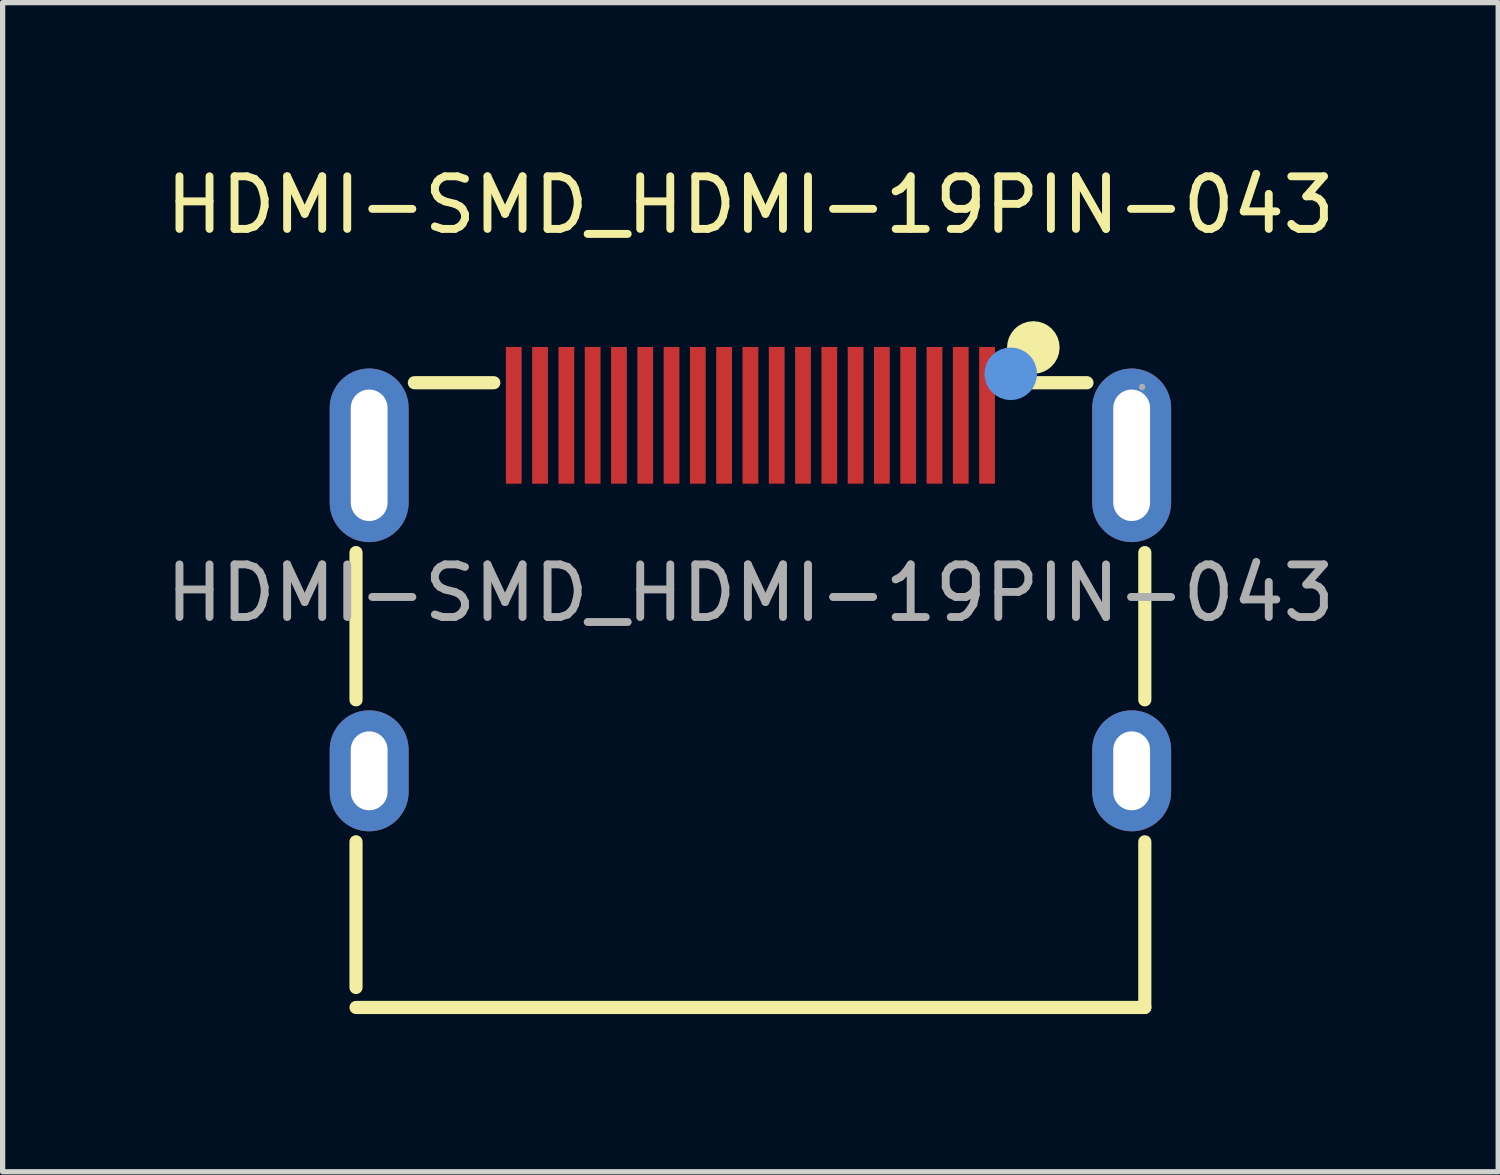
<source format=kicad_pcb>
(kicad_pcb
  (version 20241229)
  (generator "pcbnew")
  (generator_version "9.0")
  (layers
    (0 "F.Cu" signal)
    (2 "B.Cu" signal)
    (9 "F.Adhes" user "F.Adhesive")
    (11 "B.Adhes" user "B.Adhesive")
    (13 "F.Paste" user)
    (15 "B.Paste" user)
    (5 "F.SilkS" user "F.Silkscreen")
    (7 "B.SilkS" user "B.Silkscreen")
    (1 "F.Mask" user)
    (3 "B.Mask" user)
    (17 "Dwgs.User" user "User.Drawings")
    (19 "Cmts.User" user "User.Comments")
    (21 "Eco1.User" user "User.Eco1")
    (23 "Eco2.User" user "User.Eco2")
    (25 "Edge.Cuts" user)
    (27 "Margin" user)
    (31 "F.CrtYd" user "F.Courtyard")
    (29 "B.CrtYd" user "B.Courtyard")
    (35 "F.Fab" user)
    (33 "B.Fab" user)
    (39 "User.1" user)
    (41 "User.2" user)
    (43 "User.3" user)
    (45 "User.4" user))
  (footprint "HDMI-SMD_HDMI-19PIN-043"
    (layer "F.Cu")
    (at 11.22 8.228)
    (property "Reference" "HDMI-SMD_HDMI-19PIN-043" (at 0 -7.38 0) (layer "F.SilkS") (effects (font (size 1 1) (thickness 0.15))))
    (attr smd)
    (fp_line (start -7.5 2.03) (end -7.5 -0.77) (stroke (width 0.25) (type solid)) (layer "F.SilkS"))
    (fp_line (start -7.5 7.5) (end -7.5 4.73) (stroke (width 0.25) (type solid)) (layer "F.SilkS"))
    (fp_line (start -4.88 -4) (end -6.39 -4) (stroke (width 0.25) (type solid)) (layer "F.SilkS"))
    (fp_line (start 6.4 -4) (end 4.89 -4) (stroke (width 0.25) (type solid)) (layer "F.SilkS"))
    (fp_line (start 7.5 2.03) (end 7.5 -0.77) (stroke (width 0.25) (type solid)) (layer "F.SilkS"))
    (fp_line (start 7.5 7.88) (end -7.5 7.88) (stroke (width 0.25) (type solid)) (layer "F.SilkS"))
    (fp_line (start 7.5 7.88) (end 7.5 4.73) (stroke (width 0.25) (type solid)) (layer "F.SilkS"))
    (fp_circle (center 5.38 -4.67) (end 5.63 -4.67) (stroke (width 0.5) (type solid)) (fill no) (layer "F.SilkS"))
    (fp_circle (center 4.95 -4.17) (end 5.2 -4.17) (stroke (width 0.5) (type solid)) (fill no) (layer "Cmts.User"))
    (fp_circle (center 7.45 -3.92) (end 7.48 -3.92) (stroke (width 0.06) (type solid)) (fill no) (layer "F.Fab"))
    (fp_text user "${REFERENCE}" (at 0 0 0) (layer "F.Fab") (effects (font (size 1 1) (thickness 0.15))))
    (pad "1" smd rect (at 4.5 -3.38) (size 0.3 2.6) (layers "F.Cu" "F.Mask" "F.Paste"))
    (pad "2" smd rect (at 4 -3.38) (size 0.3 2.6) (layers "F.Cu" "F.Mask" "F.Paste"))
    (pad "3" smd rect (at 3.5 -3.38) (size 0.3 2.6) (layers "F.Cu" "F.Mask" "F.Paste"))
    (pad "4" smd rect (at 3 -3.38) (size 0.3 2.6) (layers "F.Cu" "F.Mask" "F.Paste"))
    (pad "5" smd rect (at 2.5 -3.38) (size 0.3 2.6) (layers "F.Cu" "F.Mask" "F.Paste"))
    (pad "6" smd rect (at 2 -3.38) (size 0.3 2.6) (layers "F.Cu" "F.Mask" "F.Paste"))
    (pad "7" smd rect (at 1.5 -3.38) (size 0.3 2.6) (layers "F.Cu" "F.Mask" "F.Paste"))
    (pad "8" smd rect (at 1 -3.38) (size 0.3 2.6) (layers "F.Cu" "F.Mask" "F.Paste"))
    (pad "9" smd rect (at 0.5 -3.38) (size 0.3 2.6) (layers "F.Cu" "F.Mask" "F.Paste"))
    (pad "10" smd rect (at 0 -3.38) (size 0.3 2.6) (layers "F.Cu" "F.Mask" "F.Paste"))
    (pad "11" smd rect (at -0.5 -3.38) (size 0.3 2.6) (layers "F.Cu" "F.Mask" "F.Paste"))
    (pad "12" smd rect (at -1 -3.38) (size 0.3 2.6) (layers "F.Cu" "F.Mask" "F.Paste"))
    (pad "13" smd rect (at -1.5 -3.38) (size 0.3 2.6) (layers "F.Cu" "F.Mask" "F.Paste"))
    (pad "14" smd rect (at -2 -3.38) (size 0.3 2.6) (layers "F.Cu" "F.Mask" "F.Paste"))
    (pad "15" smd rect (at -2.5 -3.38) (size 0.3 2.6) (layers "F.Cu" "F.Mask" "F.Paste"))
    (pad "16" smd rect (at -3 -3.38) (size 0.3 2.6) (layers "F.Cu" "F.Mask" "F.Paste"))
    (pad "17" smd rect (at -3.5 -3.38) (size 0.3 2.6) (layers "F.Cu" "F.Mask" "F.Paste"))
    (pad "18" smd rect (at -4 -3.38) (size 0.3 2.6) (layers "F.Cu" "F.Mask" "F.Paste"))
    (pad "19" smd rect (at -4.5 -3.38) (size 0.3 2.6) (layers "F.Cu" "F.Mask" "F.Paste"))
    (pad "SH" thru_hole oval (at -7.25 -2.62) (size 1.5 3.3) (drill oval 0.7 2.5) (layers "*.Cu" "*.Mask"))
    (pad "SH" thru_hole oval (at -7.25 3.38) (size 1.5 2.3) (drill oval 0.7 1.5) (layers "*.Cu" "*.Mask"))
    (pad "SH" thru_hole oval (at 7.25 -2.62) (size 1.5 3.3) (drill oval 0.7 2.5) (layers "*.Cu" "*.Mask"))
    (pad "SH" thru_hole oval (at 7.25 3.38) (size 1.5 2.3) (drill oval 0.7 1.5) (layers "*.Cu" "*.Mask")))
  (gr_rect
    (start -3 -3)
    (end 25.44 19.233)
    (stroke (width 0.1) (type default))
    (fill no)
    (layer "Edge.Cuts")))
</source>
